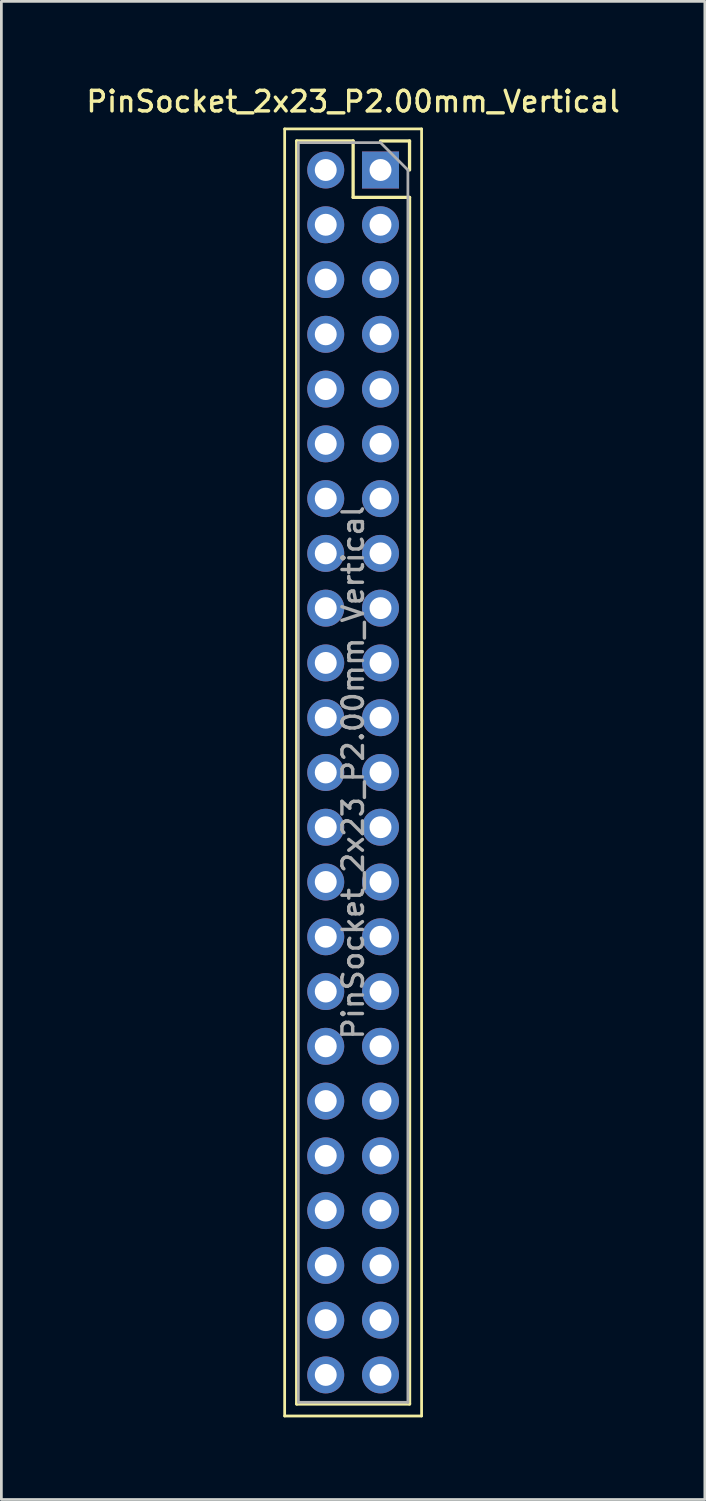
<source format=kicad_pcb>
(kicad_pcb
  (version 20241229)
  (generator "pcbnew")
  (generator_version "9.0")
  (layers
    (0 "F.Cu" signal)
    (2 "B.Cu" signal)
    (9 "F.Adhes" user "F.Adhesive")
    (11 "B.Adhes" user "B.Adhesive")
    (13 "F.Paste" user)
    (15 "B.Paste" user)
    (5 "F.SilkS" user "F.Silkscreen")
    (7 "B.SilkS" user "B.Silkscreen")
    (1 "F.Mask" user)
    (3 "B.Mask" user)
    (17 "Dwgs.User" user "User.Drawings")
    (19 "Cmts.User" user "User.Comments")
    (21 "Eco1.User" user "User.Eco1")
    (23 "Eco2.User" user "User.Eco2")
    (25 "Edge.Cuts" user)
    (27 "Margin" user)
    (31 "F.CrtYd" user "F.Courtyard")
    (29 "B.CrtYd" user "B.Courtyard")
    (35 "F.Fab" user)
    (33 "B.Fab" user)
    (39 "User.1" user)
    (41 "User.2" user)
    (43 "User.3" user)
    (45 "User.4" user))
  (footprint "PinSocket_2x23_P2.00mm_Vertical"
    (layer "F.Cu")
    (at 10.845 3.158)
    (property "Reference" "PinSocket_2x23_P2.00mm_Vertical" (at -1 -2.5 0) (layer "F.SilkS") (effects (font (size 0.75 0.75) (thickness 0.125))))
    (attr through_hole)
    (fp_line (start -3.5 -1.5) (end 1.5 -1.5) (stroke (width 0.1) (type solid)) (layer "F.SilkS"))
    (fp_line (start -3.5 45.5) (end -3.5 -1.5) (stroke (width 0.1) (type solid)) (layer "F.SilkS"))
    (fp_line (start -3.06 -1.06) (end -3.06 45.06) (stroke (width 0.12) (type solid)) (layer "F.SilkS"))
    (fp_line (start -3.06 -1.06) (end -1 -1.06) (stroke (width 0.12) (type solid)) (layer "F.SilkS"))
    (fp_line (start -3.06 45.06) (end 1.06 45.06) (stroke (width 0.12) (type solid)) (layer "F.SilkS"))
    (fp_line (start -1 -1.06) (end -1 1) (stroke (width 0.12) (type solid)) (layer "F.SilkS"))
    (fp_line (start -1 1) (end 1.06 1) (stroke (width 0.12) (type solid)) (layer "F.SilkS"))
    (fp_line (start 0 -1.06) (end 1.06 -1.06) (stroke (width 0.12) (type solid)) (layer "F.SilkS"))
    (fp_line (start 1.06 -1.06) (end 1.06 0) (stroke (width 0.12) (type solid)) (layer "F.SilkS"))
    (fp_line (start 1.06 1) (end 1.06 45.06) (stroke (width 0.12) (type solid)) (layer "F.SilkS"))
    (fp_line (start 1.5 -1.5) (end 1.5 45.5) (stroke (width 0.1) (type solid)) (layer "F.SilkS"))
    (fp_line (start 1.5 45.5) (end -3.5 45.5) (stroke (width 0.1) (type solid)) (layer "F.SilkS"))
    (fp_line (start -3 -1) (end 0 -1) (stroke (width 0.1) (type solid)) (layer "F.Fab"))
    (fp_line (start -3 45) (end -3 -1) (stroke (width 0.1) (type solid)) (layer "F.Fab"))
    (fp_line (start 0 -1) (end 1 0) (stroke (width 0.1) (type solid)) (layer "F.Fab"))
    (fp_line (start 1 0) (end 1 45) (stroke (width 0.1) (type solid)) (layer "F.Fab"))
    (fp_line (start 1 45) (end -3 45) (stroke (width 0.1) (type solid)) (layer "F.Fab"))
    (fp_text user "${REFERENCE}" (at -1 22 90) (layer "F.Fab") (effects (font (size 0.75 0.75) (thickness 0.125))))
    (pad "1" thru_hole rect (at 0 0) (size 1.35 1.35) (drill 0.8) (layers "*.Cu" "*.Mask"))
    (pad "2" thru_hole oval (at -2 0) (size 1.35 1.35) (drill 0.8) (layers "*.Cu" "*.Mask"))
    (pad "3" thru_hole oval (at 0 2) (size 1.35 1.35) (drill 0.8) (layers "*.Cu" "*.Mask"))
    (pad "4" thru_hole oval (at -2 2) (size 1.35 1.35) (drill 0.8) (layers "*.Cu" "*.Mask"))
    (pad "5" thru_hole oval (at 0 4) (size 1.35 1.35) (drill 0.8) (layers "*.Cu" "*.Mask"))
    (pad "6" thru_hole oval (at -2 4) (size 1.35 1.35) (drill 0.8) (layers "*.Cu" "*.Mask"))
    (pad "7" thru_hole oval (at 0 6) (size 1.35 1.35) (drill 0.8) (layers "*.Cu" "*.Mask"))
    (pad "8" thru_hole oval (at -2 6) (size 1.35 1.35) (drill 0.8) (layers "*.Cu" "*.Mask"))
    (pad "9" thru_hole oval (at 0 8) (size 1.35 1.35) (drill 0.8) (layers "*.Cu" "*.Mask"))
    (pad "10" thru_hole oval (at -2 8) (size 1.35 1.35) (drill 0.8) (layers "*.Cu" "*.Mask"))
    (pad "11" thru_hole oval (at 0 10) (size 1.35 1.35) (drill 0.8) (layers "*.Cu" "*.Mask"))
    (pad "12" thru_hole oval (at -2 10) (size 1.35 1.35) (drill 0.8) (layers "*.Cu" "*.Mask"))
    (pad "13" thru_hole oval (at 0 12) (size 1.35 1.35) (drill 0.8) (layers "*.Cu" "*.Mask"))
    (pad "14" thru_hole oval (at -2 12) (size 1.35 1.35) (drill 0.8) (layers "*.Cu" "*.Mask"))
    (pad "15" thru_hole oval (at 0 14) (size 1.35 1.35) (drill 0.8) (layers "*.Cu" "*.Mask"))
    (pad "16" thru_hole oval (at -2 14) (size 1.35 1.35) (drill 0.8) (layers "*.Cu" "*.Mask"))
    (pad "17" thru_hole oval (at 0 16) (size 1.35 1.35) (drill 0.8) (layers "*.Cu" "*.Mask"))
    (pad "18" thru_hole oval (at -2 16) (size 1.35 1.35) (drill 0.8) (layers "*.Cu" "*.Mask"))
    (pad "19" thru_hole oval (at 0 18) (size 1.35 1.35) (drill 0.8) (layers "*.Cu" "*.Mask"))
    (pad "20" thru_hole oval (at -2 18) (size 1.35 1.35) (drill 0.8) (layers "*.Cu" "*.Mask"))
    (pad "21" thru_hole oval (at 0 20) (size 1.35 1.35) (drill 0.8) (layers "*.Cu" "*.Mask"))
    (pad "22" thru_hole oval (at -2 20) (size 1.35 1.35) (drill 0.8) (layers "*.Cu" "*.Mask"))
    (pad "23" thru_hole oval (at 0 22) (size 1.35 1.35) (drill 0.8) (layers "*.Cu" "*.Mask"))
    (pad "24" thru_hole oval (at -2 22) (size 1.35 1.35) (drill 0.8) (layers "*.Cu" "*.Mask"))
    (pad "25" thru_hole oval (at 0 24) (size 1.35 1.35) (drill 0.8) (layers "*.Cu" "*.Mask"))
    (pad "26" thru_hole oval (at -2 24) (size 1.35 1.35) (drill 0.8) (layers "*.Cu" "*.Mask"))
    (pad "27" thru_hole oval (at 0 26) (size 1.35 1.35) (drill 0.8) (layers "*.Cu" "*.Mask"))
    (pad "28" thru_hole oval (at -2 26) (size 1.35 1.35) (drill 0.8) (layers "*.Cu" "*.Mask"))
    (pad "29" thru_hole oval (at 0 28) (size 1.35 1.35) (drill 0.8) (layers "*.Cu" "*.Mask"))
    (pad "30" thru_hole oval (at -2 28) (size 1.35 1.35) (drill 0.8) (layers "*.Cu" "*.Mask"))
    (pad "31" thru_hole oval (at 0 30) (size 1.35 1.35) (drill 0.8) (layers "*.Cu" "*.Mask"))
    (pad "32" thru_hole oval (at -2 30) (size 1.35 1.35) (drill 0.8) (layers "*.Cu" "*.Mask"))
    (pad "33" thru_hole oval (at 0 32) (size 1.35 1.35) (drill 0.8) (layers "*.Cu" "*.Mask"))
    (pad "34" thru_hole oval (at -2 32) (size 1.35 1.35) (drill 0.8) (layers "*.Cu" "*.Mask"))
    (pad "35" thru_hole oval (at 0 34) (size 1.35 1.35) (drill 0.8) (layers "*.Cu" "*.Mask"))
    (pad "36" thru_hole oval (at -2 34) (size 1.35 1.35) (drill 0.8) (layers "*.Cu" "*.Mask"))
    (pad "37" thru_hole oval (at 0 36) (size 1.35 1.35) (drill 0.8) (layers "*.Cu" "*.Mask"))
    (pad "38" thru_hole oval (at -2 36) (size 1.35 1.35) (drill 0.8) (layers "*.Cu" "*.Mask"))
    (pad "39" thru_hole oval (at 0 38) (size 1.35 1.35) (drill 0.8) (layers "*.Cu" "*.Mask"))
    (pad "40" thru_hole oval (at -2 38) (size 1.35 1.35) (drill 0.8) (layers "*.Cu" "*.Mask"))
    (pad "41" thru_hole oval (at 0 40) (size 1.35 1.35) (drill 0.8) (layers "*.Cu" "*.Mask"))
    (pad "42" thru_hole oval (at -2 40) (size 1.35 1.35) (drill 0.8) (layers "*.Cu" "*.Mask"))
    (pad "43" thru_hole oval (at 0 42) (size 1.35 1.35) (drill 0.8) (layers "*.Cu" "*.Mask"))
    (pad "44" thru_hole oval (at -2 42) (size 1.35 1.35) (drill 0.8) (layers "*.Cu" "*.Mask"))
    (pad "45" thru_hole oval (at 0 44) (size 1.35 1.35) (drill 0.8) (layers "*.Cu" "*.Mask"))
    (pad "46" thru_hole oval (at -2 44) (size 1.35 1.35) (drill 0.8) (layers "*.Cu" "*.Mask")))
  (gr_rect
    (start -3 -3)
    (end 22.689 51.708)
    (stroke (width 0.1) (type default))
    (fill no)
    (layer "Edge.Cuts")))
</source>
